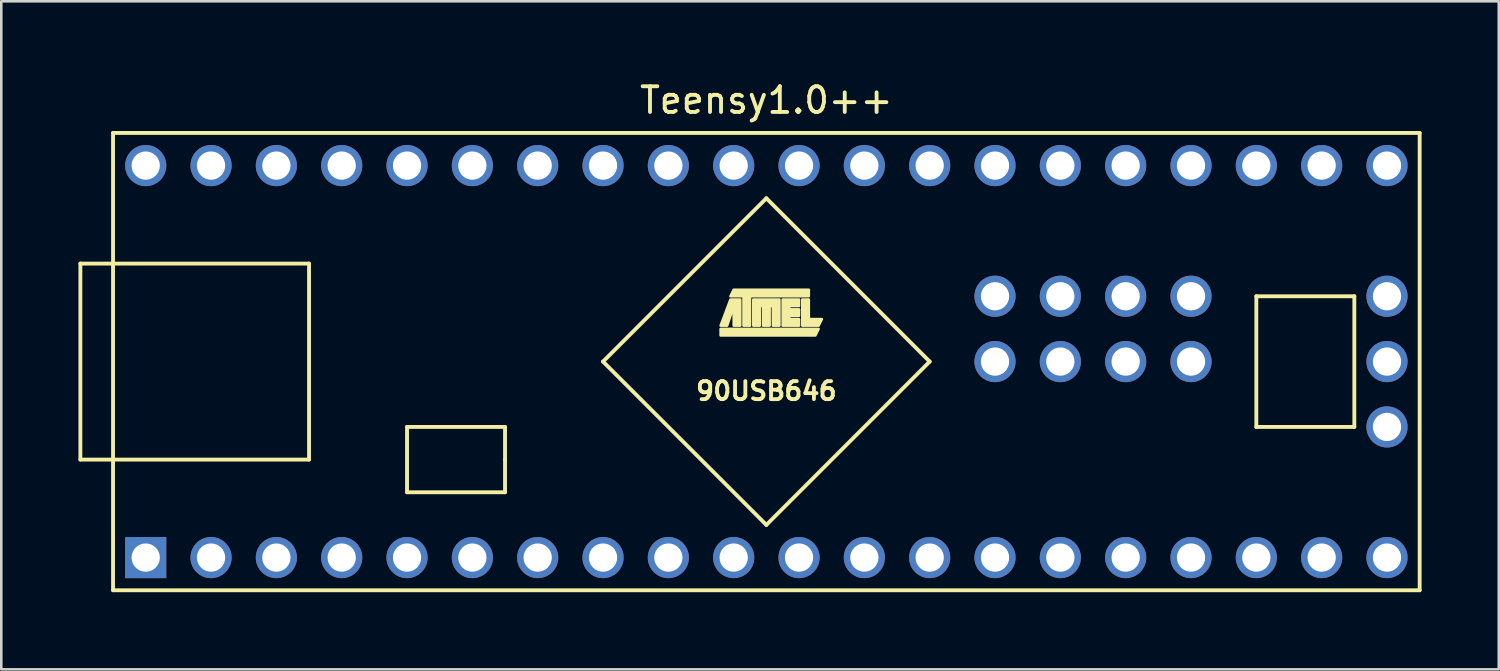
<source format=kicad_pcb>
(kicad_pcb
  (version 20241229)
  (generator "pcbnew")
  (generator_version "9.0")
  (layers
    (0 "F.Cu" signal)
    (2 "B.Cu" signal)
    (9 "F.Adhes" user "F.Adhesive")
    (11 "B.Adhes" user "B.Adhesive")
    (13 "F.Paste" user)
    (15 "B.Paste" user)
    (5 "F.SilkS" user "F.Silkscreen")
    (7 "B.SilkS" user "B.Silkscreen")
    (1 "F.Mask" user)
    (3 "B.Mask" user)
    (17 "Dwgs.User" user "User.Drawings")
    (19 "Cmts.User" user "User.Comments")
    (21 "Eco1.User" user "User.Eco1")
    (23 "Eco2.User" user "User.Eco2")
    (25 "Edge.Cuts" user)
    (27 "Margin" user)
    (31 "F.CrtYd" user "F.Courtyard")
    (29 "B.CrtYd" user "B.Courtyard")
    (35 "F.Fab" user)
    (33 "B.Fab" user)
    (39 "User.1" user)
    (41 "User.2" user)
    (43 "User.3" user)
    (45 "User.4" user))
  (footprint "Teensy1.0++"
    (layer "F.Cu")
    (at 26.745 11.008)
    (property "Reference" "Teensy1.0++" (at 0 -10.16 0) (layer "F.SilkS") (effects (font (size 1 1) (thickness 0.15))))
    (attr through_hole)
    (fp_line (start -26.67 -3.81) (end -26.67 3.81) (stroke (width 0.15) (type solid)) (layer "F.SilkS"))
    (fp_line (start -25.4 -8.89) (end 25.4 -8.89) (stroke (width 0.15) (type solid)) (layer "F.SilkS"))
    (fp_line (start -25.4 8.89) (end -25.4 -8.89) (stroke (width 0.15) (type solid)) (layer "F.SilkS"))
    (fp_line (start -17.78 -3.81) (end -26.67 -3.81) (stroke (width 0.15) (type solid)) (layer "F.SilkS"))
    (fp_line (start -17.78 3.81) (end -26.67 3.81) (stroke (width 0.15) (type solid)) (layer "F.SilkS"))
    (fp_line (start -17.78 3.81) (end -17.78 -3.81) (stroke (width 0.15) (type solid)) (layer "F.SilkS"))
    (fp_line (start -13.97 2.54) (end -13.97 5.08) (stroke (width 0.15) (type solid)) (layer "F.SilkS"))
    (fp_line (start -13.97 5.08) (end -10.16 5.08) (stroke (width 0.15) (type solid)) (layer "F.SilkS"))
    (fp_line (start -10.16 2.54) (end -13.97 2.54) (stroke (width 0.15) (type solid)) (layer "F.SilkS"))
    (fp_line (start -10.16 3.81) (end -10.16 2.54) (stroke (width 0.15) (type solid)) (layer "F.SilkS"))
    (fp_line (start -10.16 5.08) (end -10.16 3.81) (stroke (width 0.15) (type solid)) (layer "F.SilkS"))
    (fp_line (start -6.35 0) (end 0 -6.35) (stroke (width 0.15) (type solid)) (layer "F.SilkS"))
    (fp_line (start 0 -6.35) (end 6.35 0) (stroke (width 0.15) (type solid)) (layer "F.SilkS"))
    (fp_line (start 0 6.35) (end -6.35 0) (stroke (width 0.15) (type solid)) (layer "F.SilkS"))
    (fp_line (start 6.35 0) (end 0 6.35) (stroke (width 0.15) (type solid)) (layer "F.SilkS"))
    (fp_line (start 19.05 -2.54) (end 22.86 -2.54) (stroke (width 0.15) (type solid)) (layer "F.SilkS"))
    (fp_line (start 19.05 2.54) (end 19.05 -2.54) (stroke (width 0.15) (type solid)) (layer "F.SilkS"))
    (fp_line (start 22.86 -2.54) (end 22.86 2.54) (stroke (width 0.15) (type solid)) (layer "F.SilkS"))
    (fp_line (start 22.86 2.54) (end 19.05 2.54) (stroke (width 0.15) (type solid)) (layer "F.SilkS"))
    (fp_line (start 25.4 -8.89) (end 25.4 8.89) (stroke (width 0.15) (type solid)) (layer "F.SilkS"))
    (fp_line (start 25.4 8.89) (end -25.4 8.89) (stroke (width 0.15) (type solid)) (layer "F.SilkS"))
    (fp_poly (pts (xy -1.778 -1.27) (xy 2.032 -1.27) (xy 1.905 -1.016) (xy -1.778 -1.016)) (stroke (width 0.1) (type solid)) (fill yes) (layer "F.SilkS"))
    (fp_poly (pts (xy 1.397 -2.413) (xy 1.397 -1.397) (xy 2.032 -1.397) (xy 2.159 -1.651) (xy 1.651 -1.651) (xy 1.651 -2.413)) (stroke (width 0.1) (type solid)) (fill yes) (layer "F.SilkS"))
    (fp_poly (pts (xy -1.016 -1.397) (xy -1.016 -2.413) (xy -1.397 -2.413) (xy -1.778 -1.397) (xy -1.524 -1.397) (xy -1.27 -2.159) (xy -1.27 -1.397)) (stroke (width 0.1) (type solid)) (fill yes) (layer "F.SilkS"))
    (fp_poly (pts (xy 1.651 -2.54) (xy -0.635 -2.54) (xy -0.635 -1.397) (xy -0.889 -1.397) (xy -0.889 -2.54) (xy -1.397 -2.54) (xy -1.27 -2.794) (xy 1.651 -2.794)) (stroke (width 0.1) (type solid)) (fill yes) (layer "F.SilkS"))
    (fp_poly (pts (xy 0.508 -1.397) (xy 0.508 -2.413) (xy -0.508 -2.413) (xy -0.508 -1.397) (xy -0.254 -1.397) (xy -0.254 -2.159) (xy -0.127 -2.159) (xy -0.127 -1.397) (xy 0.127 -1.397) (xy 0.127 -2.159) (xy 0.254 -2.159) (xy 0.254 -1.397)) (stroke (width 0.1) (type solid)) (fill yes) (layer "F.SilkS"))
    (fp_poly (pts (xy 0.635 -2.413) (xy 1.27 -2.413) (xy 1.27 -2.159) (xy 0.889 -2.159) (xy 0.889 -2.032) (xy 1.27 -2.032) (xy 1.27 -1.778) (xy 0.889 -1.778) (xy 0.889 -1.651) (xy 1.27 -1.651) (xy 1.27 -1.397) (xy 0.635 -1.397)) (stroke (width 0.1) (type solid)) (fill yes) (layer "F.SilkS"))
    (fp_text user "90USB646" (at 0 1.143 0) (layer "F.SilkS") (effects (font (size 0.7 0.7) (thickness 0.15))))
    (pad "1" thru_hole rect (at -24.13 7.62) (size 1.6 1.6) (drill 1.1) (layers "*.Cu" "*.Mask"))
    (pad "2" thru_hole circle (at -21.59 7.62) (size 1.6 1.6) (drill 1.1) (layers "*.Cu" "*.Mask"))
    (pad "3" thru_hole circle (at -19.05 7.62) (size 1.6 1.6) (drill 1.1) (layers "*.Cu" "*.Mask"))
    (pad "4" thru_hole circle (at -16.51 7.62) (size 1.6 1.6) (drill 1.1) (layers "*.Cu" "*.Mask"))
    (pad "5" thru_hole circle (at -13.97 7.62) (size 1.6 1.6) (drill 1.1) (layers "*.Cu" "*.Mask"))
    (pad "6" thru_hole circle (at -11.43 7.62) (size 1.6 1.6) (drill 1.1) (layers "*.Cu" "*.Mask"))
    (pad "7" thru_hole circle (at -8.89 7.62) (size 1.6 1.6) (drill 1.1) (layers "*.Cu" "*.Mask"))
    (pad "8" thru_hole circle (at -6.35 7.62) (size 1.6 1.6) (drill 1.1) (layers "*.Cu" "*.Mask"))
    (pad "9" thru_hole circle (at -3.81 7.62) (size 1.6 1.6) (drill 1.1) (layers "*.Cu" "*.Mask"))
    (pad "10" thru_hole circle (at -1.27 7.62) (size 1.6 1.6) (drill 1.1) (layers "*.Cu" "*.Mask"))
    (pad "11" thru_hole circle (at 1.27 7.62) (size 1.6 1.6) (drill 1.1) (layers "*.Cu" "*.Mask"))
    (pad "12" thru_hole circle (at 3.81 7.62) (size 1.6 1.6) (drill 1.1) (layers "*.Cu" "*.Mask"))
    (pad "13" thru_hole circle (at 6.35 7.62) (size 1.6 1.6) (drill 1.1) (layers "*.Cu" "*.Mask"))
    (pad "14" thru_hole circle (at 8.89 7.62) (size 1.6 1.6) (drill 1.1) (layers "*.Cu" "*.Mask"))
    (pad "15" thru_hole circle (at 11.43 7.62) (size 1.6 1.6) (drill 1.1) (layers "*.Cu" "*.Mask"))
    (pad "16" thru_hole circle (at 13.97 7.62) (size 1.6 1.6) (drill 1.1) (layers "*.Cu" "*.Mask"))
    (pad "17" thru_hole circle (at 16.51 7.62) (size 1.6 1.6) (drill 1.1) (layers "*.Cu" "*.Mask"))
    (pad "18" thru_hole circle (at 19.05 7.62) (size 1.6 1.6) (drill 1.1) (layers "*.Cu" "*.Mask"))
    (pad "19" thru_hole circle (at 21.59 7.62) (size 1.6 1.6) (drill 1.1) (layers "*.Cu" "*.Mask"))
    (pad "20" thru_hole circle (at 24.13 7.62) (size 1.6 1.6) (drill 1.1) (layers "*.Cu" "*.Mask"))
    (pad "21" thru_hole circle (at 24.13 2.54) (size 1.6 1.6) (drill 1.1) (layers "*.Cu" "*.Mask"))
    (pad "22" thru_hole circle (at 24.13 0) (size 1.6 1.6) (drill 1.1) (layers "*.Cu" "*.Mask"))
    (pad "23" thru_hole circle (at 24.13 -2.54) (size 1.6 1.6) (drill 1.1) (layers "*.Cu" "*.Mask"))
    (pad "24" thru_hole circle (at 24.13 -7.62) (size 1.6 1.6) (drill 1.1) (layers "*.Cu" "*.Mask"))
    (pad "25" thru_hole circle (at 21.59 -7.62) (size 1.6 1.6) (drill 1.1) (layers "*.Cu" "*.Mask"))
    (pad "26" thru_hole circle (at 19.05 -7.62) (size 1.6 1.6) (drill 1.1) (layers "*.Cu" "*.Mask"))
    (pad "27" thru_hole circle (at 16.51 -7.62) (size 1.6 1.6) (drill 1.1) (layers "*.Cu" "*.Mask"))
    (pad "28" thru_hole circle (at 13.97 -7.62) (size 1.6 1.6) (drill 1.1) (layers "*.Cu" "*.Mask"))
    (pad "29" thru_hole circle (at 11.43 -7.62) (size 1.6 1.6) (drill 1.1) (layers "*.Cu" "*.Mask"))
    (pad "30" thru_hole circle (at 8.89 -7.62) (size 1.6 1.6) (drill 1.1) (layers "*.Cu" "*.Mask"))
    (pad "31" thru_hole circle (at 6.35 -7.62) (size 1.6 1.6) (drill 1.1) (layers "*.Cu" "*.Mask"))
    (pad "32" thru_hole circle (at 3.81 -7.62) (size 1.6 1.6) (drill 1.1) (layers "*.Cu" "*.Mask"))
    (pad "33" thru_hole circle (at 1.27 -7.62) (size 1.6 1.6) (drill 1.1) (layers "*.Cu" "*.Mask"))
    (pad "34" thru_hole circle (at -1.27 -7.62) (size 1.6 1.6) (drill 1.1) (layers "*.Cu" "*.Mask"))
    (pad "35" thru_hole circle (at -3.81 -7.62) (size 1.6 1.6) (drill 1.1) (layers "*.Cu" "*.Mask"))
    (pad "36" thru_hole circle (at -6.35 -7.62) (size 1.6 1.6) (drill 1.1) (layers "*.Cu" "*.Mask"))
    (pad "37" thru_hole circle (at -8.89 -7.62) (size 1.6 1.6) (drill 1.1) (layers "*.Cu" "*.Mask"))
    (pad "38" thru_hole circle (at -11.43 -7.62) (size 1.6 1.6) (drill 1.1) (layers "*.Cu" "*.Mask"))
    (pad "39" thru_hole circle (at -13.97 -7.62) (size 1.6 1.6) (drill 1.1) (layers "*.Cu" "*.Mask"))
    (pad "40" thru_hole circle (at -16.51 -7.62) (size 1.6 1.6) (drill 1.1) (layers "*.Cu" "*.Mask"))
    (pad "41" thru_hole circle (at -19.05 -7.62) (size 1.6 1.6) (drill 1.1) (layers "*.Cu" "*.Mask"))
    (pad "42" thru_hole circle (at -21.59 -7.62) (size 1.6 1.6) (drill 1.1) (layers "*.Cu" "*.Mask"))
    (pad "43" thru_hole circle (at -24.13 -7.62) (size 1.6 1.6) (drill 1.1) (layers "*.Cu" "*.Mask"))
    (pad "44" thru_hole circle (at 8.89 -2.54) (size 1.6 1.6) (drill 1.1) (layers "*.Cu" "*.Mask"))
    (pad "45" thru_hole circle (at 11.43 -2.54) (size 1.6 1.6) (drill 1.1) (layers "*.Cu" "*.Mask"))
    (pad "46" thru_hole circle (at 13.97 -2.54) (size 1.6 1.6) (drill 1.1) (layers "*.Cu" "*.Mask"))
    (pad "47" thru_hole circle (at 16.51 -2.54) (size 1.6 1.6) (drill 1.1) (layers "*.Cu" "*.Mask"))
    (pad "48" thru_hole circle (at 8.89 0) (size 1.6 1.6) (drill 1.1) (layers "*.Cu" "*.Mask"))
    (pad "49" thru_hole circle (at 11.43 0) (size 1.6 1.6) (drill 1.1) (layers "*.Cu" "*.Mask"))
    (pad "50" thru_hole circle (at 13.97 0) (size 1.6 1.6) (drill 1.1) (layers "*.Cu" "*.Mask"))
    (pad "51" thru_hole circle (at 16.51 0) (size 1.6 1.6) (drill 1.1) (layers "*.Cu" "*.Mask")))
  (gr_rect
    (start -3 -3)
    (end 55.22 22.973)
    (stroke (width 0.1) (type default))
    (fill no)
    (layer "Edge.Cuts")))
</source>
